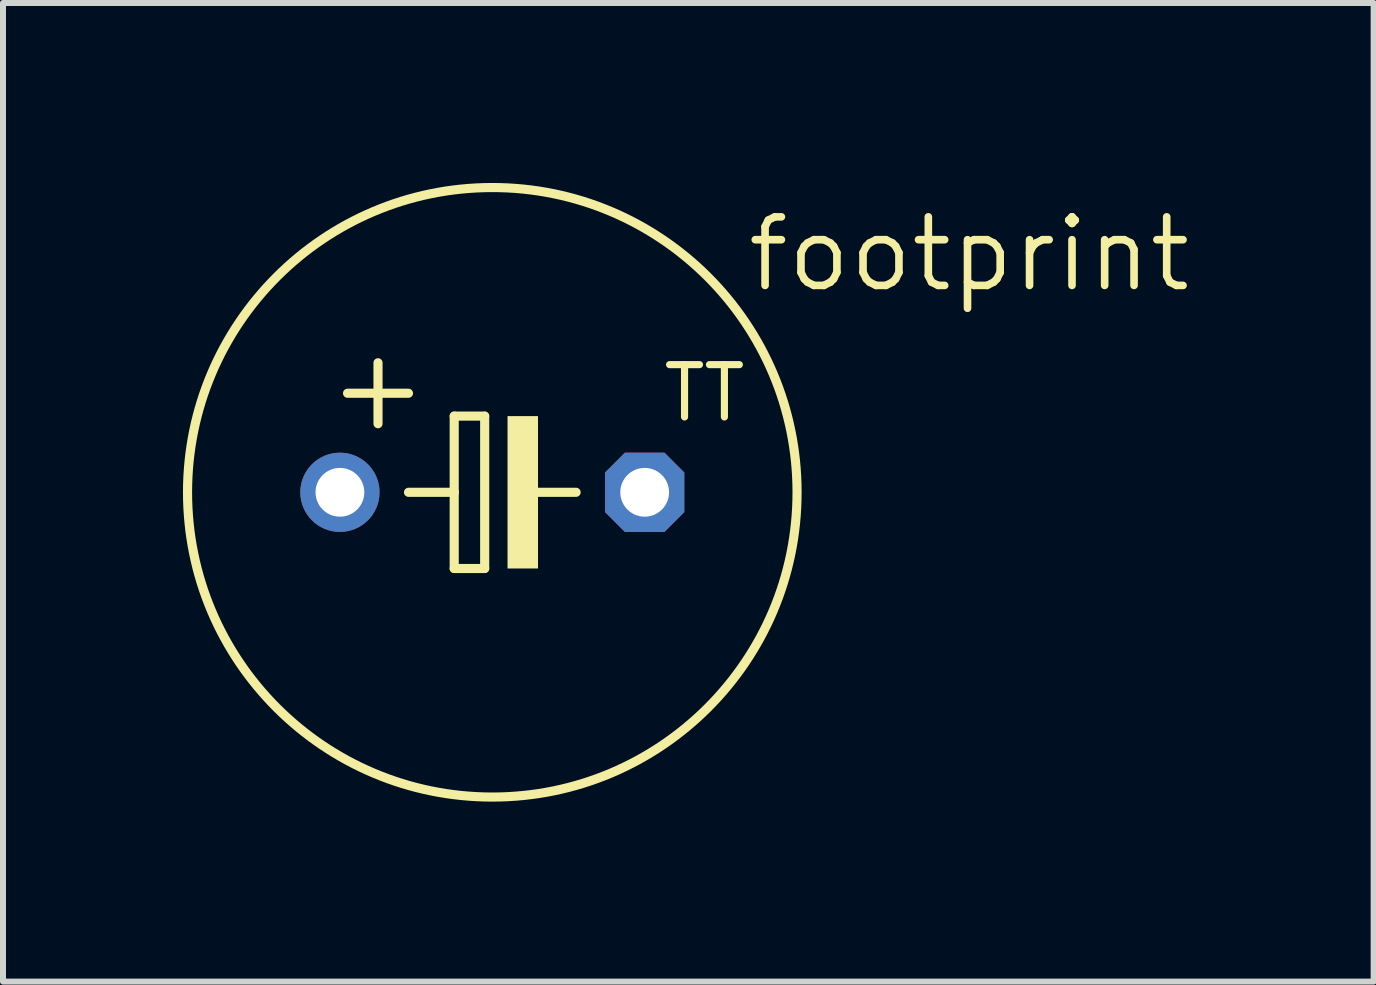
<source format=kicad_pcb>
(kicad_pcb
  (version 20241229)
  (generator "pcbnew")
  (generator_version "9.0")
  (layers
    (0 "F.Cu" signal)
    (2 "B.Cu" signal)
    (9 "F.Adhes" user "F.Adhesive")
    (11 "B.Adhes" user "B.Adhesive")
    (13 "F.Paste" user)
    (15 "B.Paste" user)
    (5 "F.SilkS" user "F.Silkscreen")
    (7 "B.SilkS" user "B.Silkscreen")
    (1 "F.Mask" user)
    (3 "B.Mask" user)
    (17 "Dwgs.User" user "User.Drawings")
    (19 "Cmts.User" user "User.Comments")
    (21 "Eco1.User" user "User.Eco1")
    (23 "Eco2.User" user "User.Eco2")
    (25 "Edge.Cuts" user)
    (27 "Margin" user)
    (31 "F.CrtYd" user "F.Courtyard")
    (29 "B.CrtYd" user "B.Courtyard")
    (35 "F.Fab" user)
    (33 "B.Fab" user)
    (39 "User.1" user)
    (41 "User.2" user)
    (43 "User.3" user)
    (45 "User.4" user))
  (footprint "footprint"
    (layer "F.Cu")
    (at 5.156 5.156)
    (property "Reference" "footprint" (at 4.191 -3.302 0) (layer "F.SilkS") (effects (font (size 1.143 1.143) (thickness 0.127)) (justify left bottom)))
    (fp_line (start -2.413 -1.651) (end -1.397 -1.651) (stroke (width 0.152) (type solid)) (layer "F.SilkS"))
    (fp_line (start -1.905 -1.143) (end -1.905 -2.159) (stroke (width 0.152) (type solid)) (layer "F.SilkS"))
    (fp_line (start -1.397 0) (end -0.635 0) (stroke (width 0.152) (type solid)) (layer "F.SilkS"))
    (fp_line (start -0.635 -1.27) (end -0.635 0) (stroke (width 0.152) (type solid)) (layer "F.SilkS"))
    (fp_line (start -0.635 0) (end -0.635 1.27) (stroke (width 0.152) (type solid)) (layer "F.SilkS"))
    (fp_line (start -0.635 1.27) (end -0.127 1.27) (stroke (width 0.152) (type solid)) (layer "F.SilkS"))
    (fp_line (start -0.127 -1.27) (end -0.635 -1.27) (stroke (width 0.152) (type solid)) (layer "F.SilkS"))
    (fp_line (start -0.127 1.27) (end -0.127 -1.27) (stroke (width 0.152) (type solid)) (layer "F.SilkS"))
    (fp_line (start 0.635 0) (end 1.397 0) (stroke (width 0.152) (type solid)) (layer "F.SilkS"))
    (fp_circle (center 0 0) (end 5.08 0) (stroke (width 0.152) (type solid)) (fill no) (layer "F.SilkS"))
    (fp_poly (pts (xy 0.254 1.27) (xy 0.762 1.27) (xy 0.762 -1.27) (xy 0.254 -1.27)) (stroke (width 0) (type solid)) (fill yes) (layer "F.SilkS"))
    (fp_text user "TT" (at 2.794 -1.143 0) (layer "F.SilkS") (effects (font (size 0.872 0.872) (thickness 0.119)) (justify left bottom)))
    (pad "+" thru_hole circle (at -2.54 0) (size 1.321 1.321) (drill 0.813) (layers "*.Cu" "*.Mask"))
    (pad "-" thru_hole roundrect (at 2.54 0) (size 1.321 1.321) (drill 0.813) (layers "*.Cu" "*.Mask") (roundrect_rratio 0.25) (chamfer_ratio 0.25) (chamfer top_left top_right bottom_left bottom_right)))
  (gr_rect
    (start -3 -3)
    (end 19.847 13.312)
    (stroke (width 0.1) (type default))
    (fill no)
    (layer "Edge.Cuts")))
</source>
